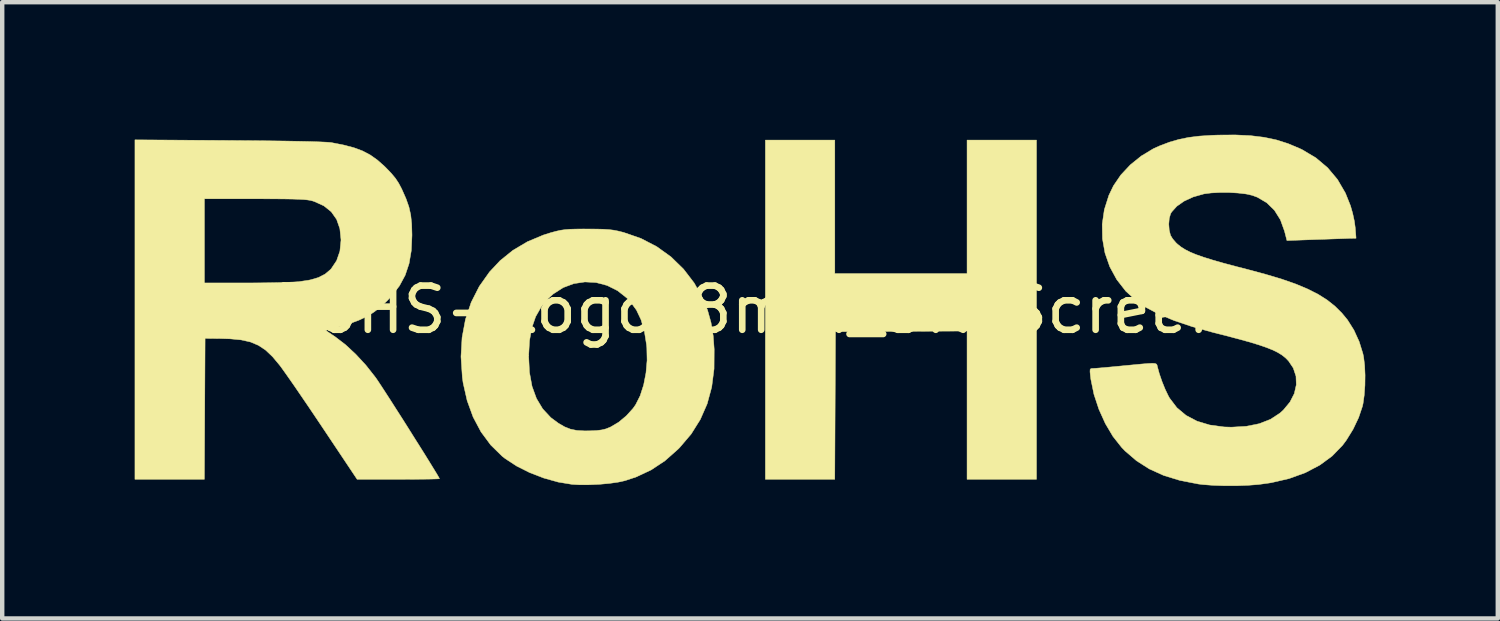
<source format=kicad_pcb>
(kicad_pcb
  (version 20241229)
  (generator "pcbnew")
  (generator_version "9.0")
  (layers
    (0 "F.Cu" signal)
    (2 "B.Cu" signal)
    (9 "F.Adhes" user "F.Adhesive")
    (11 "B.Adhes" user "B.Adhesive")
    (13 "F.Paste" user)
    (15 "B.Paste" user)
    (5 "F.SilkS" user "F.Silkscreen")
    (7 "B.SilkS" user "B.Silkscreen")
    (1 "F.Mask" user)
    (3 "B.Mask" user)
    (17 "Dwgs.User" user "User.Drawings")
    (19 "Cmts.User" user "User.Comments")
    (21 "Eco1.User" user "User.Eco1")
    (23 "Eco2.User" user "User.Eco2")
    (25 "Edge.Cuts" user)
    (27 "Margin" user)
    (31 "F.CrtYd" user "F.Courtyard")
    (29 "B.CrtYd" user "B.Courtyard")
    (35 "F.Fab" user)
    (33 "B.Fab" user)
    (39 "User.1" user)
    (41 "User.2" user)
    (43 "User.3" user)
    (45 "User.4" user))
  (footprint "RoHS-Logo_8mm_SilkScreen"
    (layer "F.Cu")
    (at 13.945 3.961)
    (property "Reference" "RoHS-Logo_8mm_SilkScreen" (at 0 0 0) (layer "F.SilkS") (effects (font (size 1 1) (thickness 0.15))))
    (attr exclude_from_pos_files exclude_from_bom)
    (fp_poly (pts (xy 1.905 -0.816) (xy 4.899 -0.816) (xy 4.899 -3.84) (xy 6.471 -3.84) (xy 6.471 3.84) (xy 4.899 3.84) (xy 4.899 0.483) (xy 3.409 0.491) (xy 1.92 0.499) (xy 1.912 2.17) (xy 1.904 3.84) (xy 0.333 3.84) (xy 0.333 -3.84) (xy 1.905 -3.84) (xy 1.905 -0.816)) (stroke (width 0.01) (type solid)) (fill yes) (layer "F.SilkS"))
    (fp_poly (pts (xy -3.689 -1.826) (xy -3.487 -1.825) (xy -3.332 -1.821) (xy -3.208 -1.813) (xy -3.103 -1.8) (xy -3.001 -1.78) (xy -2.889 -1.752) (xy -2.871 -1.747) (xy -2.484 -1.613) (xy -2.127 -1.428) (xy -1.804 -1.196) (xy -1.52 -0.919) (xy -1.277 -0.602) (xy -1.087 -0.26) (xy -0.976 0.011) (xy -0.898 0.291) (xy -0.848 0.594) (xy -0.826 0.895) (xy -0.829 1.34) (xy -0.882 1.752) (xy -0.985 2.132) (xy -1.14 2.485) (xy -1.346 2.814) (xy -1.607 3.121) (xy -1.647 3.161) (xy -1.942 3.422) (xy -2.255 3.629) (xy -2.595 3.788) (xy -2.848 3.872) (xy -3.005 3.906) (xy -3.205 3.934) (xy -3.428 3.954) (xy -3.657 3.964) (xy -3.873 3.965) (xy -4.043 3.955) (xy -4.359 3.903) (xy -4.684 3.812) (xy -5.003 3.689) (xy -5.3 3.54) (xy -5.558 3.371) (xy -5.627 3.317) (xy -5.885 3.064) (xy -6.105 2.767) (xy -6.284 2.43) (xy -6.419 2.059) (xy -6.51 1.658) (xy -6.528 1.527) (xy -6.558 1.069) (xy -6.558 1.058) (xy -5.026 1.058) (xy -5.008 1.419) (xy -4.95 1.735) (xy -4.85 2.01) (xy -4.709 2.245) (xy -4.525 2.443) (xy -4.354 2.57) (xy -4.213 2.652) (xy -4.079 2.705) (xy -3.936 2.734) (xy -3.762 2.744) (xy -3.644 2.743) (xy -3.488 2.736) (xy -3.373 2.722) (xy -3.278 2.699) (xy -3.183 2.661) (xy -3.168 2.654) (xy -2.989 2.548) (xy -2.814 2.402) (xy -2.662 2.234) (xy -2.604 2.151) (xy -2.502 1.949) (xy -2.423 1.704) (xy -2.37 1.432) (xy -2.345 1.147) (xy -2.351 0.864) (xy -2.358 0.793) (xy -2.407 0.487) (xy -2.482 0.228) (xy -2.586 0.009) (xy -2.724 -0.181) (xy -2.799 -0.26) (xy -3.013 -0.43) (xy -3.249 -0.548) (xy -3.498 -0.614) (xy -3.752 -0.628) (xy -4.004 -0.59) (xy -4.245 -0.5) (xy -4.468 -0.357) (xy -4.577 -0.26) (xy -4.742 -0.063) (xy -4.868 0.158) (xy -4.955 0.411) (xy -5.007 0.701) (xy -5.026 1.036) (xy -5.026 1.058) (xy -6.558 1.058) (xy -6.534 0.633) (xy -6.457 0.22) (xy -6.327 -0.167) (xy -6.145 -0.526) (xy -5.912 -0.855) (xy -5.674 -1.109) (xy -5.384 -1.343) (xy -5.054 -1.539) (xy -4.691 -1.691) (xy -4.518 -1.745) (xy -4.402 -1.776) (xy -4.303 -1.798) (xy -4.205 -1.812) (xy -4.096 -1.821) (xy -3.96 -1.825) (xy -3.784 -1.827) (xy -3.689 -1.826)) (stroke (width 0.01) (type solid)) (fill yes) (layer "F.SilkS"))
    (fp_poly (pts (xy -11.816 -3.831) (xy -11.341 -3.827) (xy -10.916 -3.823) (xy -10.544 -3.818) (xy -10.225 -3.812) (xy -9.96 -3.806) (xy -9.752 -3.799) (xy -9.601 -3.792) (xy -9.509 -3.785) (xy -9.495 -3.783) (xy -9.214 -3.728) (xy -8.982 -3.667) (xy -8.786 -3.594) (xy -8.615 -3.504) (xy -8.456 -3.392) (xy -8.297 -3.252) (xy -8.263 -3.219) (xy -8.136 -3.087) (xy -8.042 -2.974) (xy -7.967 -2.86) (xy -7.897 -2.727) (xy -7.894 -2.719) (xy -7.802 -2.511) (xy -7.737 -2.326) (xy -7.696 -2.143) (xy -7.675 -1.943) (xy -7.668 -1.705) (xy -7.668 -1.678) (xy -7.683 -1.34) (xy -7.734 -1.043) (xy -7.822 -0.78) (xy -7.952 -0.539) (xy -8.127 -0.311) (xy -8.237 -0.195) (xy -8.385 -0.058) (xy -8.533 0.057) (xy -8.691 0.154) (xy -8.872 0.239) (xy -9.084 0.317) (xy -9.34 0.394) (xy -9.521 0.442) (xy -9.622 0.469) (xy -9.4 0.619) (xy -9.173 0.793) (xy -8.94 1.01) (xy -8.713 1.255) (xy -8.508 1.515) (xy -8.477 1.557) (xy -8.425 1.634) (xy -8.35 1.748) (xy -8.255 1.894) (xy -8.144 2.066) (xy -8.022 2.257) (xy -7.892 2.46) (xy -7.759 2.67) (xy -7.627 2.881) (xy -7.498 3.085) (xy -7.378 3.276) (xy -7.271 3.449) (xy -7.18 3.597) (xy -7.109 3.713) (xy -7.063 3.791) (xy -7.046 3.825) (xy -7.045 3.826) (xy -7.074 3.83) (xy -7.157 3.833) (xy -7.285 3.836) (xy -7.452 3.838) (xy -7.65 3.839) (xy -7.872 3.84) (xy -7.978 3.84) (xy -8.91 3.84) (xy -9.682 2.684) (xy -9.849 2.435) (xy -10.012 2.193) (xy -10.169 1.963) (xy -10.313 1.752) (xy -10.441 1.568) (xy -10.548 1.416) (xy -10.629 1.303) (xy -10.666 1.254) (xy -10.826 1.063) (xy -10.982 0.915) (xy -11.145 0.807) (xy -11.325 0.731) (xy -11.535 0.684) (xy -11.785 0.66) (xy -11.973 0.654) (xy -12.352 0.65) (xy -12.36 2.245) (xy -12.368 3.84) (xy -13.94 3.84) (xy -13.94 -2.51) (xy -12.367 -2.51) (xy -12.367 -0.605) (xy -11.422 -0.605) (xy -11.174 -0.606) (xy -10.933 -0.609) (xy -10.708 -0.613) (xy -10.51 -0.619) (xy -10.349 -0.626) (xy -10.236 -0.633) (xy -10.213 -0.636) (xy -9.975 -0.673) (xy -9.786 -0.728) (xy -9.636 -0.805) (xy -9.515 -0.907) (xy -9.497 -0.926) (xy -9.374 -1.11) (xy -9.3 -1.323) (xy -9.275 -1.57) (xy -9.275 -1.587) (xy -9.301 -1.835) (xy -9.374 -2.044) (xy -9.495 -2.216) (xy -9.663 -2.351) (xy -9.879 -2.449) (xy -9.919 -2.462) (xy -9.97 -2.475) (xy -10.035 -2.485) (xy -10.118 -2.493) (xy -10.227 -2.499) (xy -10.367 -2.504) (xy -10.546 -2.507) (xy -10.768 -2.509) (xy -11.042 -2.51) (xy -11.224 -2.51) (xy -12.367 -2.51) (xy -13.94 -2.51) (xy -13.94 -3.845) (xy -11.816 -3.831)) (stroke (width 0.01) (type solid)) (fill yes) (layer "F.SilkS"))
    (fp_poly (pts (xy 11.316 -3.94) (xy 11.621 -3.903) (xy 11.901 -3.844) (xy 12.166 -3.76) (xy 12.427 -3.65) (xy 12.485 -3.623) (xy 12.796 -3.438) (xy 13.063 -3.213) (xy 13.286 -2.947) (xy 13.465 -2.64) (xy 13.58 -2.353) (xy 13.629 -2.182) (xy 13.668 -2.002) (xy 13.688 -1.852) (xy 13.706 -1.618) (xy 13.619 -1.616) (xy 13.564 -1.615) (xy 13.459 -1.611) (xy 13.313 -1.606) (xy 13.136 -1.6) (xy 12.939 -1.593) (xy 12.836 -1.59) (xy 12.141 -1.565) (xy 12.086 -1.779) (xy 11.993 -2.036) (xy 11.858 -2.251) (xy 11.684 -2.421) (xy 11.471 -2.546) (xy 11.354 -2.589) (xy 11.214 -2.62) (xy 11.033 -2.641) (xy 10.829 -2.653) (xy 10.621 -2.653) (xy 10.427 -2.643) (xy 10.265 -2.622) (xy 10.253 -2.619) (xy 10.018 -2.552) (xy 9.814 -2.458) (xy 9.648 -2.342) (xy 9.531 -2.212) (xy 9.507 -2.171) (xy 9.477 -2.069) (xy 9.466 -1.937) (xy 9.476 -1.8) (xy 9.505 -1.684) (xy 9.505 -1.684) (xy 9.553 -1.605) (xy 9.627 -1.518) (xy 9.663 -1.484) (xy 9.742 -1.421) (xy 9.835 -1.362) (xy 9.947 -1.305) (xy 10.083 -1.248) (xy 10.251 -1.189) (xy 10.455 -1.125) (xy 10.703 -1.054) (xy 11 -0.975) (xy 11.249 -0.911) (xy 11.667 -0.798) (xy 12.031 -0.689) (xy 12.346 -0.579) (xy 12.617 -0.465) (xy 12.851 -0.346) (xy 13.053 -0.218) (xy 13.229 -0.078) (xy 13.384 0.076) (xy 13.512 0.231) (xy 13.657 0.461) (xy 13.777 0.724) (xy 13.861 0.995) (xy 13.877 1.071) (xy 13.9 1.26) (xy 13.91 1.481) (xy 13.907 1.713) (xy 13.891 1.935) (xy 13.864 2.127) (xy 13.85 2.189) (xy 13.764 2.444) (xy 13.639 2.707) (xy 13.486 2.955) (xy 13.398 3.073) (xy 13.164 3.314) (xy 12.883 3.52) (xy 12.557 3.691) (xy 12.189 3.824) (xy 11.782 3.918) (xy 11.497 3.958) (xy 11.262 3.976) (xy 11 3.986) (xy 10.73 3.986) (xy 10.471 3.977) (xy 10.242 3.96) (xy 10.13 3.946) (xy 9.716 3.865) (xy 9.351 3.753) (xy 9.026 3.606) (xy 8.737 3.422) (xy 8.477 3.199) (xy 8.397 3.116) (xy 8.202 2.869) (xy 8.029 2.577) (xy 7.884 2.255) (xy 7.772 1.917) (xy 7.702 1.577) (xy 7.693 1.504) (xy 7.683 1.407) (xy 7.685 1.355) (xy 7.704 1.334) (xy 7.743 1.33) (xy 7.745 1.33) (xy 7.796 1.328) (xy 7.897 1.32) (xy 8.037 1.308) (xy 8.207 1.292) (xy 8.396 1.274) (xy 8.436 1.27) (xy 8.668 1.248) (xy 8.847 1.231) (xy 8.98 1.22) (xy 9.074 1.215) (xy 9.136 1.216) (xy 9.173 1.224) (xy 9.193 1.238) (xy 9.202 1.26) (xy 9.208 1.288) (xy 9.209 1.293) (xy 9.251 1.446) (xy 9.312 1.624) (xy 9.383 1.8) (xy 9.456 1.952) (xy 9.484 2.002) (xy 9.649 2.219) (xy 9.857 2.393) (xy 10.105 2.524) (xy 10.393 2.611) (xy 10.72 2.655) (xy 10.886 2.66) (xy 11.223 2.64) (xy 11.516 2.581) (xy 11.769 2.482) (xy 11.984 2.341) (xy 12.059 2.273) (xy 12.209 2.092) (xy 12.308 1.899) (xy 12.353 1.701) (xy 12.346 1.506) (xy 12.284 1.32) (xy 12.177 1.161) (xy 12.11 1.092) (xy 12.031 1.029) (xy 11.936 0.97) (xy 11.818 0.912) (xy 11.672 0.854) (xy 11.493 0.793) (xy 11.275 0.727) (xy 11.012 0.655) (xy 10.699 0.573) (xy 10.472 0.516) (xy 10.002 0.386) (xy 9.589 0.247) (xy 9.235 0.099) (xy 8.939 -0.058) (xy 8.744 -0.19) (xy 8.493 -0.419) (xy 8.288 -0.682) (xy 8.13 -0.972) (xy 8.022 -1.282) (xy 7.965 -1.605) (xy 7.959 -1.935) (xy 8.007 -2.265) (xy 8.109 -2.587) (xy 8.213 -2.804) (xy 8.38 -3.049) (xy 8.594 -3.278) (xy 8.844 -3.48) (xy 9.116 -3.644) (xy 9.26 -3.709) (xy 9.482 -3.793) (xy 9.696 -3.855) (xy 9.917 -3.9) (xy 10.161 -3.93) (xy 10.443 -3.948) (xy 10.584 -3.953) (xy 10.973 -3.956) (xy 11.316 -3.94)) (stroke (width 0.01) (type solid)) (fill yes) (layer "F.SilkS")))
  (gr_rect
    (start -3 -3)
    (end 30.86 10.952)
    (stroke (width 0.1) (type default))
    (fill no)
    (layer "Edge.Cuts")))
</source>
